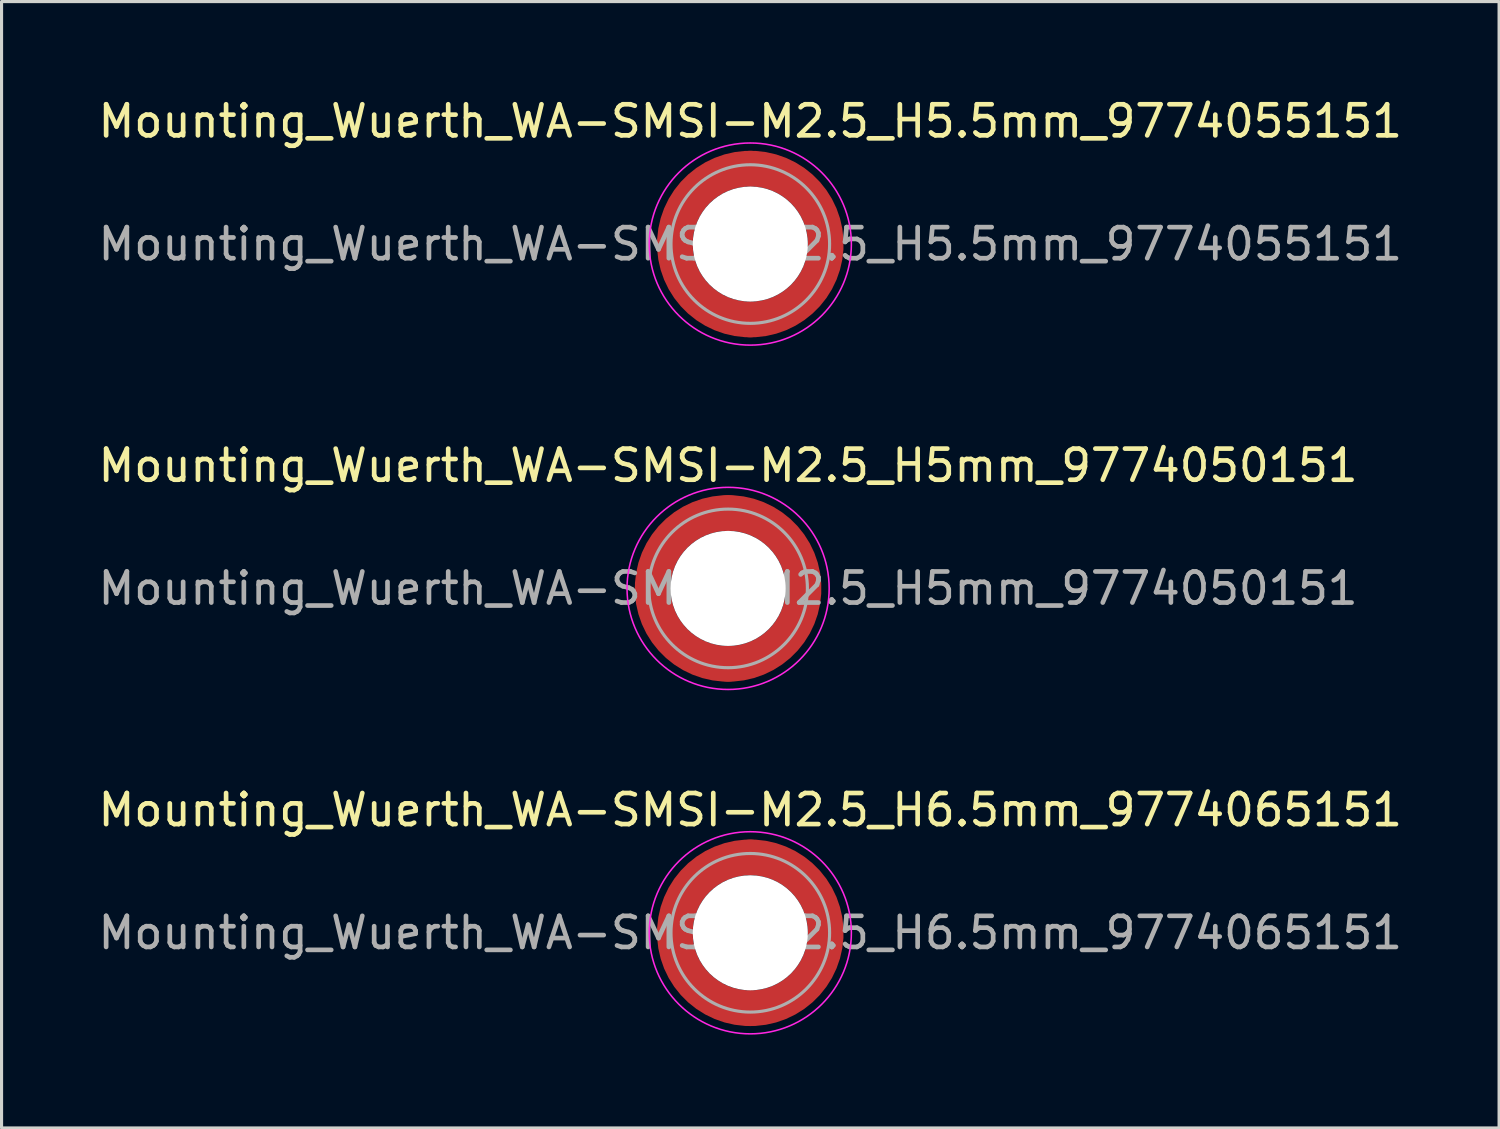
<source format=kicad_pcb>
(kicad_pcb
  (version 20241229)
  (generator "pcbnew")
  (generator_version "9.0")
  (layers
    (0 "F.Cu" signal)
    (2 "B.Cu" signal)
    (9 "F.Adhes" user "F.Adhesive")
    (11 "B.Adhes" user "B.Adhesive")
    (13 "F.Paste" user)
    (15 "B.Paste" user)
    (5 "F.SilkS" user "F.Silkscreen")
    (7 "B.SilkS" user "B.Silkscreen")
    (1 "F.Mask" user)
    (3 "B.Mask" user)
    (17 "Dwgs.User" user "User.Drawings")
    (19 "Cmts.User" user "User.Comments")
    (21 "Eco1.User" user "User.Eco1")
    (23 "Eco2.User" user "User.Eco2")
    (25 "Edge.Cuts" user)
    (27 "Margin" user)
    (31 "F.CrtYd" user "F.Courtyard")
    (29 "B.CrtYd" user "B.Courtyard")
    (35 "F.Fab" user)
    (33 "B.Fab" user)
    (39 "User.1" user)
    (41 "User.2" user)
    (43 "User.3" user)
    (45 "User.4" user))
  (footprint "Mounting_Wuerth_WA-SMSI-M2.5_H6.5mm_9774065151"
    (layer "F.Cu")
    (at 21.077 26.945)
    (property "Reference" "Mounting_Wuerth_WA-SMSI-M2.5_H6.5mm_9774065151" (at 0 -3.95 0) (layer "F.SilkS") (effects (font (size 1 1) (thickness 0.15))))
    (attr smd)
    (fp_circle (center 0 0) (end 3.25 0) (stroke (width 0.05) (type solid)) (fill no) (layer "F.CrtYd"))
    (fp_circle (center 0 0) (end 2.55 0) (stroke (width 0.1) (type solid)) (fill no) (layer "F.Fab"))
    (fp_text user "${REFERENCE}" (at 0 0 0) (layer "F.Fab") (effects (font (size 1 1) (thickness 0.15))))
    (pad "" smd custom (at -1.704 -1.704) (size 0.51 0.51) (layers "F.Paste") (options (anchor circle)) (primitives (gr_arc (start -0.250195 1.279127) (mid 0.289914 0.289914) (end 1.279127 -0.250195) (width 0.2)) (gr_arc (start -0.34334 1.279127) (mid 0.225488 0.225488) (end 1.279127 -0.34334) (width 0.2)) (gr_arc (start -0.436309 1.279127) (mid 0.161063 0.161063) (end 1.279127 -0.436309) (width 0.2)) (gr_arc (start -0.529126 1.279127) (mid 0.096638 0.096638) (end 1.279127 -0.529126) (width 0.2)) (gr_arc (start -0.621807 1.279127) (mid 0.032213 0.032213) (end 1.279127 -0.621807) (width 0.2)) (gr_arc (start -0.71437 1.279127) (mid -0.032213 -0.032213) (end 1.279127 -0.71437) (width 0.2)) (gr_arc (start -0.806826 1.279127) (mid -0.096638 -0.096638) (end 1.279127 -0.806826) (width 0.2)) (gr_arc (start -0.899187 1.279127) (mid -0.161063 -0.161063) (end 1.279127 -0.899187) (width 0.2)) (gr_arc (start -0.991463 1.279127) (mid -0.225488 -0.225488) (end 1.279127 -0.991463) (width 0.2)) (gr_arc (start -1.083663 1.279127) (mid -0.289914 -0.289914) (end 1.279127 -1.083663) (width 0.2)) (gr_line (start 1.279 -0.25) (end 1.279 -1.084) (width 0.2)) (gr_line (start -0.25 1.279) (end -1.084 1.279) (width 0.2))))
    (pad "" smd custom (at -1.704 1.704) (size 0.51 0.51) (layers "F.Paste") (options (anchor circle)) (primitives (gr_arc (start 1.279127 0.250195) (mid 0.289914 -0.289914) (end -0.250195 -1.279127) (width 0.2)) (gr_arc (start 1.279127 0.34334) (mid 0.225488 -0.225488) (end -0.34334 -1.279127) (width 0.2)) (gr_arc (start 1.279127 0.436309) (mid 0.161063 -0.161063) (end -0.436309 -1.279127) (width 0.2)) (gr_arc (start 1.279127 0.529126) (mid 0.096638 -0.096638) (end -0.529126 -1.279127) (width 0.2)) (gr_arc (start 1.279127 0.621807) (mid 0.032213 -0.032213) (end -0.621807 -1.279127) (width 0.2)) (gr_arc (start 1.279127 0.71437) (mid -0.032213 0.032213) (end -0.71437 -1.279127) (width 0.2)) (gr_arc (start 1.279127 0.806826) (mid -0.096638 0.096638) (end -0.806826 -1.279127) (width 0.2)) (gr_arc (start 1.279127 0.899187) (mid -0.161063 0.161063) (end -0.899187 -1.279127) (width 0.2)) (gr_arc (start 1.279127 0.991463) (mid -0.225488 0.225488) (end -0.991463 -1.279127) (width 0.2)) (gr_arc (start 1.279127 1.083663) (mid -0.289914 0.289914) (end -1.083663 -1.279127) (width 0.2)) (gr_line (start -0.25 -1.279) (end -1.084 -1.279) (width 0.2)) (gr_line (start 1.279 0.25) (end 1.279 1.084) (width 0.2))))
    (pad "" np_thru_hole circle (at 0 0) (size 3.7 3.7) (drill 3.7) (layers "*.Cu" "*.Mask"))
    (pad "" smd custom (at 1.704 -1.704) (size 0.51 0.51) (layers "F.Paste") (options (anchor circle)) (primitives (gr_arc (start -1.279127 -0.250195) (mid -0.289914 0.289914) (end 0.250195 1.279127) (width 0.2)) (gr_arc (start -1.279127 -0.34334) (mid -0.225488 0.225488) (end 0.34334 1.279127) (width 0.2)) (gr_arc (start -1.279127 -0.436309) (mid -0.161063 0.161063) (end 0.436309 1.279127) (width 0.2)) (gr_arc (start -1.279127 -0.529126) (mid -0.096638 0.096638) (end 0.529126 1.279127) (width 0.2)) (gr_arc (start -1.279127 -0.621807) (mid -0.032213 0.032213) (end 0.621807 1.279127) (width 0.2)) (gr_arc (start -1.279127 -0.71437) (mid 0.032213 -0.032213) (end 0.71437 1.279127) (width 0.2)) (gr_arc (start -1.279127 -0.806826) (mid 0.096638 -0.096638) (end 0.806826 1.279127) (width 0.2)) (gr_arc (start -1.279127 -0.899187) (mid 0.161063 -0.161063) (end 0.899187 1.279127) (width 0.2)) (gr_arc (start -1.279127 -0.991463) (mid 0.225488 -0.225488) (end 0.991463 1.279127) (width 0.2)) (gr_arc (start -1.279127 -1.083663) (mid 0.289914 -0.289914) (end 1.083663 1.279127) (width 0.2)) (gr_line (start 0.25 1.279) (end 1.084 1.279) (width 0.2)) (gr_line (start -1.279 -0.25) (end -1.279 -1.084) (width 0.2))))
    (pad "" smd custom (at 1.704 1.704) (size 0.51 0.51) (layers "F.Paste") (options (anchor circle)) (primitives (gr_arc (start 0.250195 -1.279127) (mid -0.289914 -0.289914) (end -1.279127 0.250195) (width 0.2)) (gr_arc (start 0.34334 -1.279127) (mid -0.225488 -0.225488) (end -1.279127 0.34334) (width 0.2)) (gr_arc (start 0.436309 -1.279127) (mid -0.161063 -0.161063) (end -1.279127 0.436309) (width 0.2)) (gr_arc (start 0.529126 -1.279127) (mid -0.096638 -0.096638) (end -1.279127 0.529126) (width 0.2)) (gr_arc (start 0.621807 -1.279127) (mid -0.032213 -0.032213) (end -1.279127 0.621807) (width 0.2)) (gr_arc (start 0.71437 -1.279127) (mid 0.032213 0.032213) (end -1.279127 0.71437) (width 0.2)) (gr_arc (start 0.806826 -1.279127) (mid 0.096638 0.096638) (end -1.279127 0.806826) (width 0.2)) (gr_arc (start 0.899187 -1.279127) (mid 0.161063 0.161063) (end -1.279127 0.899187) (width 0.2)) (gr_arc (start 0.991463 -1.279127) (mid 0.225488 0.225488) (end -1.279127 0.991463) (width 0.2)) (gr_arc (start 1.083663 -1.279127) (mid 0.289914 0.289914) (end -1.279127 1.083663) (width 0.2)) (gr_line (start -1.279 0.25) (end -1.279 1.084) (width 0.2)) (gr_line (start 0.25 -1.279) (end 1.084 -1.279) (width 0.2))))
    (pad "1" smd circle (at -2.425 0) (size 1.15 1.15) (layers "F.Cu"))
    (pad "1" smd circle (at 0 -2.425) (size 1.15 1.15) (layers "F.Cu"))
    (pad "1" smd circle (at 0 2.425) (size 1.15 1.15) (layers "F.Cu"))
    (pad "1" smd custom (at 2.425 0) (size 1.15 1.15) (layers "F.Cu" "F.Mask") (options (anchor circle)) (primitives (gr_circle (center -2.425 0) (end 0 0) (width 1.15) (fill no)))))
  (footprint "Mounting_Wuerth_WA-SMSI-M2.5_H5mm_9774050151"
    (layer "F.Cu")
    (at 20.363 15.871)
    (property "Reference" "Mounting_Wuerth_WA-SMSI-M2.5_H5mm_9774050151" (at 0 -3.95 0) (layer "F.SilkS") (effects (font (size 1 1) (thickness 0.15))))
    (attr smd)
    (fp_circle (center 0 0) (end 3.25 0) (stroke (width 0.05) (type solid)) (fill no) (layer "F.CrtYd"))
    (fp_circle (center 0 0) (end 2.55 0) (stroke (width 0.1) (type solid)) (fill no) (layer "F.Fab"))
    (fp_text user "${REFERENCE}" (at 0 0 0) (layer "F.Fab") (effects (font (size 1 1) (thickness 0.15))))
    (pad "" smd custom (at -1.704 -1.704) (size 0.51 0.51) (layers "F.Paste") (options (anchor circle)) (primitives (gr_arc (start -0.250195 1.279127) (mid 0.289914 0.289914) (end 1.279127 -0.250195) (width 0.2)) (gr_arc (start -0.34334 1.279127) (mid 0.225488 0.225488) (end 1.279127 -0.34334) (width 0.2)) (gr_arc (start -0.436309 1.279127) (mid 0.161063 0.161063) (end 1.279127 -0.436309) (width 0.2)) (gr_arc (start -0.529126 1.279127) (mid 0.096638 0.096638) (end 1.279127 -0.529126) (width 0.2)) (gr_arc (start -0.621807 1.279127) (mid 0.032213 0.032213) (end 1.279127 -0.621807) (width 0.2)) (gr_arc (start -0.71437 1.279127) (mid -0.032213 -0.032213) (end 1.279127 -0.71437) (width 0.2)) (gr_arc (start -0.806826 1.279127) (mid -0.096638 -0.096638) (end 1.279127 -0.806826) (width 0.2)) (gr_arc (start -0.899187 1.279127) (mid -0.161063 -0.161063) (end 1.279127 -0.899187) (width 0.2)) (gr_arc (start -0.991463 1.279127) (mid -0.225488 -0.225488) (end 1.279127 -0.991463) (width 0.2)) (gr_arc (start -1.083663 1.279127) (mid -0.289914 -0.289914) (end 1.279127 -1.083663) (width 0.2)) (gr_line (start 1.279 -0.25) (end 1.279 -1.084) (width 0.2)) (gr_line (start -0.25 1.279) (end -1.084 1.279) (width 0.2))))
    (pad "" smd custom (at -1.704 1.704) (size 0.51 0.51) (layers "F.Paste") (options (anchor circle)) (primitives (gr_arc (start 1.279127 0.250195) (mid 0.289914 -0.289914) (end -0.250195 -1.279127) (width 0.2)) (gr_arc (start 1.279127 0.34334) (mid 0.225488 -0.225488) (end -0.34334 -1.279127) (width 0.2)) (gr_arc (start 1.279127 0.436309) (mid 0.161063 -0.161063) (end -0.436309 -1.279127) (width 0.2)) (gr_arc (start 1.279127 0.529126) (mid 0.096638 -0.096638) (end -0.529126 -1.279127) (width 0.2)) (gr_arc (start 1.279127 0.621807) (mid 0.032213 -0.032213) (end -0.621807 -1.279127) (width 0.2)) (gr_arc (start 1.279127 0.71437) (mid -0.032213 0.032213) (end -0.71437 -1.279127) (width 0.2)) (gr_arc (start 1.279127 0.806826) (mid -0.096638 0.096638) (end -0.806826 -1.279127) (width 0.2)) (gr_arc (start 1.279127 0.899187) (mid -0.161063 0.161063) (end -0.899187 -1.279127) (width 0.2)) (gr_arc (start 1.279127 0.991463) (mid -0.225488 0.225488) (end -0.991463 -1.279127) (width 0.2)) (gr_arc (start 1.279127 1.083663) (mid -0.289914 0.289914) (end -1.083663 -1.279127) (width 0.2)) (gr_line (start -0.25 -1.279) (end -1.084 -1.279) (width 0.2)) (gr_line (start 1.279 0.25) (end 1.279 1.084) (width 0.2))))
    (pad "" np_thru_hole circle (at 0 0) (size 3.7 3.7) (drill 3.7) (layers "*.Cu" "*.Mask"))
    (pad "" smd custom (at 1.704 -1.704) (size 0.51 0.51) (layers "F.Paste") (options (anchor circle)) (primitives (gr_arc (start -1.279127 -0.250195) (mid -0.289914 0.289914) (end 0.250195 1.279127) (width 0.2)) (gr_arc (start -1.279127 -0.34334) (mid -0.225488 0.225488) (end 0.34334 1.279127) (width 0.2)) (gr_arc (start -1.279127 -0.436309) (mid -0.161063 0.161063) (end 0.436309 1.279127) (width 0.2)) (gr_arc (start -1.279127 -0.529126) (mid -0.096638 0.096638) (end 0.529126 1.279127) (width 0.2)) (gr_arc (start -1.279127 -0.621807) (mid -0.032213 0.032213) (end 0.621807 1.279127) (width 0.2)) (gr_arc (start -1.279127 -0.71437) (mid 0.032213 -0.032213) (end 0.71437 1.279127) (width 0.2)) (gr_arc (start -1.279127 -0.806826) (mid 0.096638 -0.096638) (end 0.806826 1.279127) (width 0.2)) (gr_arc (start -1.279127 -0.899187) (mid 0.161063 -0.161063) (end 0.899187 1.279127) (width 0.2)) (gr_arc (start -1.279127 -0.991463) (mid 0.225488 -0.225488) (end 0.991463 1.279127) (width 0.2)) (gr_arc (start -1.279127 -1.083663) (mid 0.289914 -0.289914) (end 1.083663 1.279127) (width 0.2)) (gr_line (start 0.25 1.279) (end 1.084 1.279) (width 0.2)) (gr_line (start -1.279 -0.25) (end -1.279 -1.084) (width 0.2))))
    (pad "" smd custom (at 1.704 1.704) (size 0.51 0.51) (layers "F.Paste") (options (anchor circle)) (primitives (gr_arc (start 0.250195 -1.279127) (mid -0.289914 -0.289914) (end -1.279127 0.250195) (width 0.2)) (gr_arc (start 0.34334 -1.279127) (mid -0.225488 -0.225488) (end -1.279127 0.34334) (width 0.2)) (gr_arc (start 0.436309 -1.279127) (mid -0.161063 -0.161063) (end -1.279127 0.436309) (width 0.2)) (gr_arc (start 0.529126 -1.279127) (mid -0.096638 -0.096638) (end -1.279127 0.529126) (width 0.2)) (gr_arc (start 0.621807 -1.279127) (mid -0.032213 -0.032213) (end -1.279127 0.621807) (width 0.2)) (gr_arc (start 0.71437 -1.279127) (mid 0.032213 0.032213) (end -1.279127 0.71437) (width 0.2)) (gr_arc (start 0.806826 -1.279127) (mid 0.096638 0.096638) (end -1.279127 0.806826) (width 0.2)) (gr_arc (start 0.899187 -1.279127) (mid 0.161063 0.161063) (end -1.279127 0.899187) (width 0.2)) (gr_arc (start 0.991463 -1.279127) (mid 0.225488 0.225488) (end -1.279127 0.991463) (width 0.2)) (gr_arc (start 1.083663 -1.279127) (mid 0.289914 0.289914) (end -1.279127 1.083663) (width 0.2)) (gr_line (start -1.279 0.25) (end -1.279 1.084) (width 0.2)) (gr_line (start 0.25 -1.279) (end 1.084 -1.279) (width 0.2))))
    (pad "1" smd circle (at -2.425 0) (size 1.15 1.15) (layers "F.Cu"))
    (pad "1" smd circle (at 0 -2.425) (size 1.15 1.15) (layers "F.Cu"))
    (pad "1" smd circle (at 0 2.425) (size 1.15 1.15) (layers "F.Cu"))
    (pad "1" smd custom (at 2.425 0) (size 1.15 1.15) (layers "F.Cu" "F.Mask") (options (anchor circle)) (primitives (gr_circle (center -2.425 0) (end 0 0) (width 1.15) (fill no)))))
  (footprint "Mounting_Wuerth_WA-SMSI-M2.5_H5.5mm_9774055151"
    (layer "F.Cu")
    (at 21.077 4.798)
    (property "Reference" "Mounting_Wuerth_WA-SMSI-M2.5_H5.5mm_9774055151" (at 0 -3.95 0) (layer "F.SilkS") (effects (font (size 1 1) (thickness 0.15))))
    (attr smd)
    (fp_circle (center 0 0) (end 3.25 0) (stroke (width 0.05) (type solid)) (fill no) (layer "F.CrtYd"))
    (fp_circle (center 0 0) (end 2.55 0) (stroke (width 0.1) (type solid)) (fill no) (layer "F.Fab"))
    (fp_text user "${REFERENCE}" (at 0 0 0) (layer "F.Fab") (effects (font (size 1 1) (thickness 0.15))))
    (pad "" smd custom (at -1.704 -1.704) (size 0.51 0.51) (layers "F.Paste") (options (anchor circle)) (primitives (gr_arc (start -0.250195 1.279127) (mid 0.289914 0.289914) (end 1.279127 -0.250195) (width 0.2)) (gr_arc (start -0.34334 1.279127) (mid 0.225488 0.225488) (end 1.279127 -0.34334) (width 0.2)) (gr_arc (start -0.436309 1.279127) (mid 0.161063 0.161063) (end 1.279127 -0.436309) (width 0.2)) (gr_arc (start -0.529126 1.279127) (mid 0.096638 0.096638) (end 1.279127 -0.529126) (width 0.2)) (gr_arc (start -0.621807 1.279127) (mid 0.032213 0.032213) (end 1.279127 -0.621807) (width 0.2)) (gr_arc (start -0.71437 1.279127) (mid -0.032213 -0.032213) (end 1.279127 -0.71437) (width 0.2)) (gr_arc (start -0.806826 1.279127) (mid -0.096638 -0.096638) (end 1.279127 -0.806826) (width 0.2)) (gr_arc (start -0.899187 1.279127) (mid -0.161063 -0.161063) (end 1.279127 -0.899187) (width 0.2)) (gr_arc (start -0.991463 1.279127) (mid -0.225488 -0.225488) (end 1.279127 -0.991463) (width 0.2)) (gr_arc (start -1.083663 1.279127) (mid -0.289914 -0.289914) (end 1.279127 -1.083663) (width 0.2)) (gr_line (start 1.279 -0.25) (end 1.279 -1.084) (width 0.2)) (gr_line (start -0.25 1.279) (end -1.084 1.279) (width 0.2))))
    (pad "" smd custom (at -1.704 1.704) (size 0.51 0.51) (layers "F.Paste") (options (anchor circle)) (primitives (gr_arc (start 1.279127 0.250195) (mid 0.289914 -0.289914) (end -0.250195 -1.279127) (width 0.2)) (gr_arc (start 1.279127 0.34334) (mid 0.225488 -0.225488) (end -0.34334 -1.279127) (width 0.2)) (gr_arc (start 1.279127 0.436309) (mid 0.161063 -0.161063) (end -0.436309 -1.279127) (width 0.2)) (gr_arc (start 1.279127 0.529126) (mid 0.096638 -0.096638) (end -0.529126 -1.279127) (width 0.2)) (gr_arc (start 1.279127 0.621807) (mid 0.032213 -0.032213) (end -0.621807 -1.279127) (width 0.2)) (gr_arc (start 1.279127 0.71437) (mid -0.032213 0.032213) (end -0.71437 -1.279127) (width 0.2)) (gr_arc (start 1.279127 0.806826) (mid -0.096638 0.096638) (end -0.806826 -1.279127) (width 0.2)) (gr_arc (start 1.279127 0.899187) (mid -0.161063 0.161063) (end -0.899187 -1.279127) (width 0.2)) (gr_arc (start 1.279127 0.991463) (mid -0.225488 0.225488) (end -0.991463 -1.279127) (width 0.2)) (gr_arc (start 1.279127 1.083663) (mid -0.289914 0.289914) (end -1.083663 -1.279127) (width 0.2)) (gr_line (start -0.25 -1.279) (end -1.084 -1.279) (width 0.2)) (gr_line (start 1.279 0.25) (end 1.279 1.084) (width 0.2))))
    (pad "" np_thru_hole circle (at 0 0) (size 3.7 3.7) (drill 3.7) (layers "*.Cu" "*.Mask"))
    (pad "" smd custom (at 1.704 -1.704) (size 0.51 0.51) (layers "F.Paste") (options (anchor circle)) (primitives (gr_arc (start -1.279127 -0.250195) (mid -0.289914 0.289914) (end 0.250195 1.279127) (width 0.2)) (gr_arc (start -1.279127 -0.34334) (mid -0.225488 0.225488) (end 0.34334 1.279127) (width 0.2)) (gr_arc (start -1.279127 -0.436309) (mid -0.161063 0.161063) (end 0.436309 1.279127) (width 0.2)) (gr_arc (start -1.279127 -0.529126) (mid -0.096638 0.096638) (end 0.529126 1.279127) (width 0.2)) (gr_arc (start -1.279127 -0.621807) (mid -0.032213 0.032213) (end 0.621807 1.279127) (width 0.2)) (gr_arc (start -1.279127 -0.71437) (mid 0.032213 -0.032213) (end 0.71437 1.279127) (width 0.2)) (gr_arc (start -1.279127 -0.806826) (mid 0.096638 -0.096638) (end 0.806826 1.279127) (width 0.2)) (gr_arc (start -1.279127 -0.899187) (mid 0.161063 -0.161063) (end 0.899187 1.279127) (width 0.2)) (gr_arc (start -1.279127 -0.991463) (mid 0.225488 -0.225488) (end 0.991463 1.279127) (width 0.2)) (gr_arc (start -1.279127 -1.083663) (mid 0.289914 -0.289914) (end 1.083663 1.279127) (width 0.2)) (gr_line (start 0.25 1.279) (end 1.084 1.279) (width 0.2)) (gr_line (start -1.279 -0.25) (end -1.279 -1.084) (width 0.2))))
    (pad "" smd custom (at 1.704 1.704) (size 0.51 0.51) (layers "F.Paste") (options (anchor circle)) (primitives (gr_arc (start 0.250195 -1.279127) (mid -0.289914 -0.289914) (end -1.279127 0.250195) (width 0.2)) (gr_arc (start 0.34334 -1.279127) (mid -0.225488 -0.225488) (end -1.279127 0.34334) (width 0.2)) (gr_arc (start 0.436309 -1.279127) (mid -0.161063 -0.161063) (end -1.279127 0.436309) (width 0.2)) (gr_arc (start 0.529126 -1.279127) (mid -0.096638 -0.096638) (end -1.279127 0.529126) (width 0.2)) (gr_arc (start 0.621807 -1.279127) (mid -0.032213 -0.032213) (end -1.279127 0.621807) (width 0.2)) (gr_arc (start 0.71437 -1.279127) (mid 0.032213 0.032213) (end -1.279127 0.71437) (width 0.2)) (gr_arc (start 0.806826 -1.279127) (mid 0.096638 0.096638) (end -1.279127 0.806826) (width 0.2)) (gr_arc (start 0.899187 -1.279127) (mid 0.161063 0.161063) (end -1.279127 0.899187) (width 0.2)) (gr_arc (start 0.991463 -1.279127) (mid 0.225488 0.225488) (end -1.279127 0.991463) (width 0.2)) (gr_arc (start 1.083663 -1.279127) (mid 0.289914 0.289914) (end -1.279127 1.083663) (width 0.2)) (gr_line (start -1.279 0.25) (end -1.279 1.084) (width 0.2)) (gr_line (start 0.25 -1.279) (end 1.084 -1.279) (width 0.2))))
    (pad "1" smd circle (at -2.425 0) (size 1.15 1.15) (layers "F.Cu"))
    (pad "1" smd circle (at 0 -2.425) (size 1.15 1.15) (layers "F.Cu"))
    (pad "1" smd circle (at 0 2.425) (size 1.15 1.15) (layers "F.Cu"))
    (pad "1" smd custom (at 2.425 0) (size 1.15 1.15) (layers "F.Cu" "F.Mask") (options (anchor circle)) (primitives (gr_circle (center -2.425 0) (end 0 0) (width 1.15) (fill no)))))
  (gr_rect
    (start -3 -3)
    (end 45.155 33.22)
    (stroke (width 0.1) (type default))
    (fill no)
    (layer "Edge.Cuts")))
</source>
